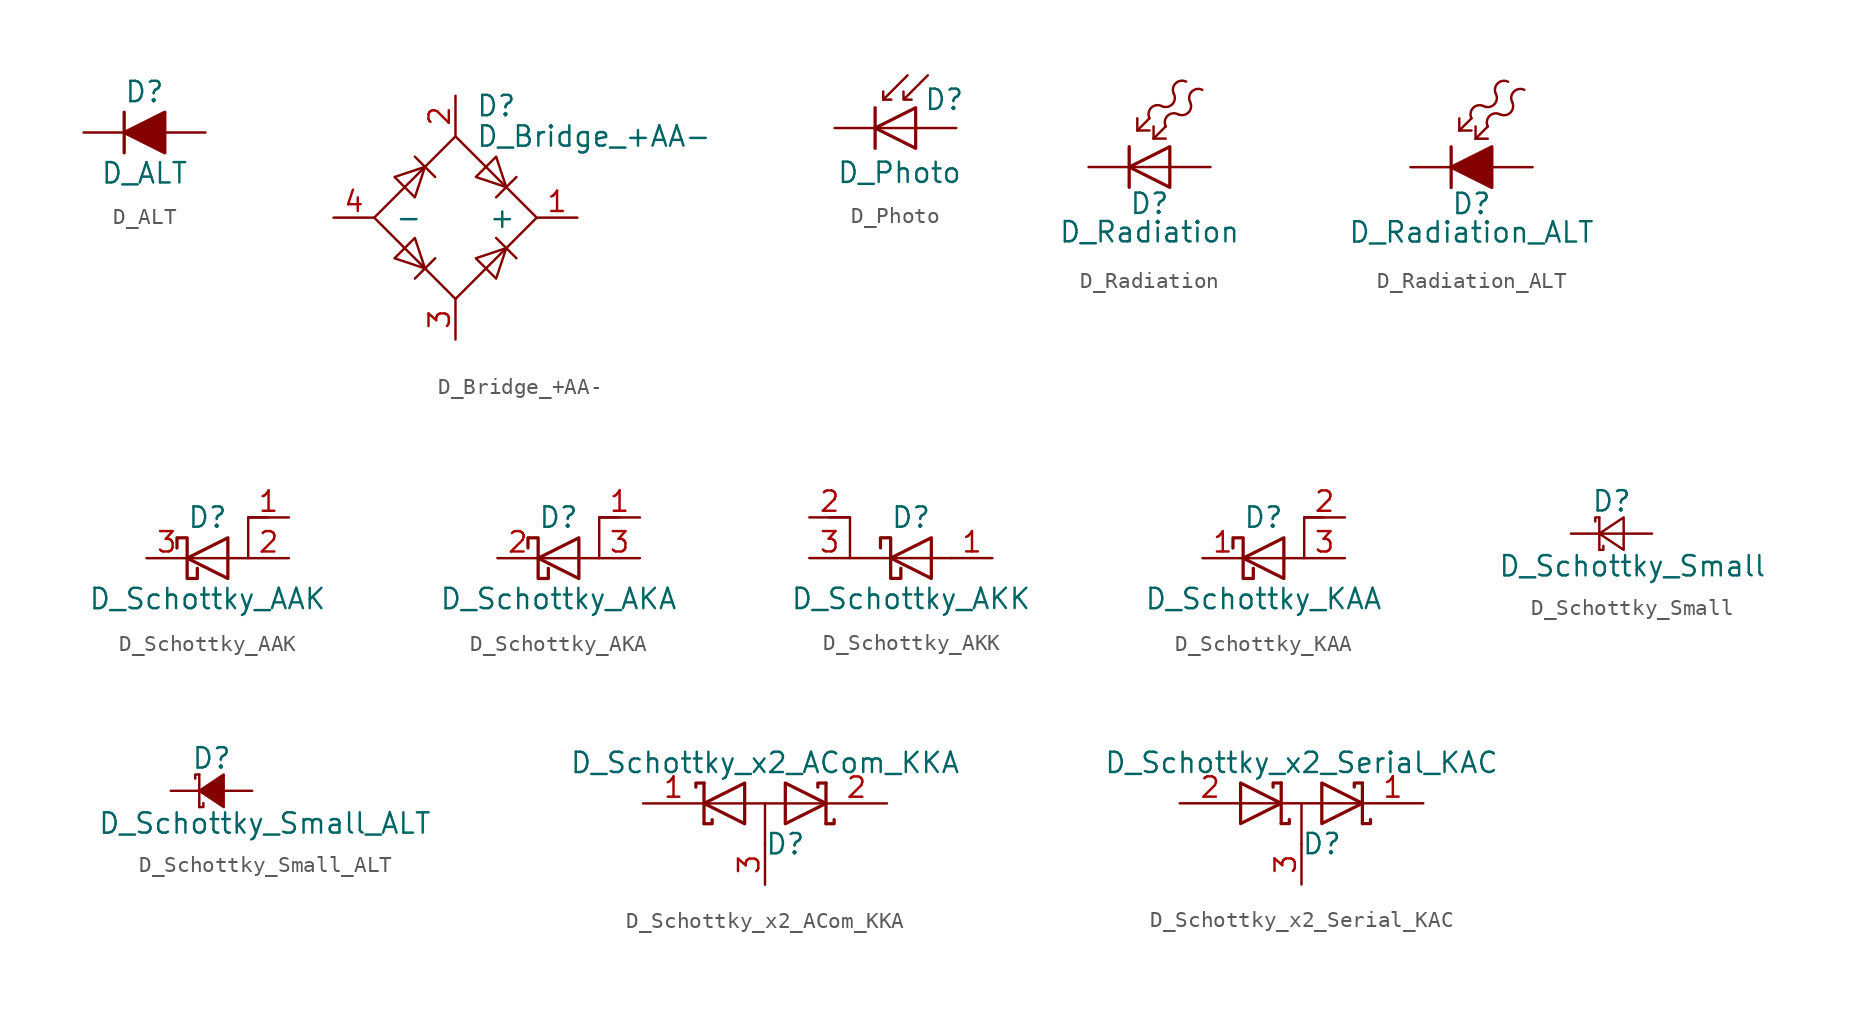
<source format=kicad_sym>
(kicad_symbol_lib
  (version 20211014)
  (generator kicad_symbol_editor)
  (symbol "D_ALT"
    (pin_numbers hide)
    (pin_names
      (offset 1.016) hide)
    (property "Reference" "D"
      (at 0 2.54 0)
      (effects (font (size 1.27 1.27))))
    (property "Value" "D_ALT"
      (at 0 -2.54 0)
      (effects (font (size 1.27 1.27))))
    (symbol "D_ALT_0_1"
      (polyline (pts (xy -1.27 1.27) (xy -1.27 -1.27)) (stroke (width 0.203) (type default) (color 0 0 0 0)) (fill (type none)))
      (polyline (pts (xy 1.27 0) (xy -1.27 0)) (stroke (width 0) (type default) (color 0 0 0 0)) (fill (type none)))
      (polyline (pts (xy 1.27 1.27) (xy 1.27 -1.27) (xy -1.27 0) (xy 1.27 1.27)) (stroke (width 0.203) (type default) (color 0 0 0 0)) (fill (type outline))))
    (symbol "D_ALT_1_1"
      (pin passive line (at -3.81 0 0) (length 2.54) (name "K" (effects (font (size 1.27 1.27)))) (number "1" (effects (font (size 1.27 1.27)))))
      (pin passive line (at 3.81 0 180) (length 2.54) (name "A" (effects (font (size 1.27 1.27)))) (number "2" (effects (font (size 1.27 1.27)))))))
  (symbol "D_Bridge_+AA-"
    (pin_names
      (offset 1.27))
    (property "Reference" "D"
      (at 1.27 6.985 0)
      (effects (font (size 1.27 1.27)) (justify left)))
    (property "Value" "D_Bridge_+AA-"
      (at 1.27 5.08 0)
      (effects (font (size 1.27 1.27)) (justify left)))
    (symbol "D_Bridge_+AA-_0_1"
      (polyline (pts (xy -2.54 3.81) (xy -1.27 2.54)) (stroke (width 0) (type default) (color 0 0 0 0)) (fill (type none)))
      (polyline (pts (xy -1.27 -2.54) (xy -2.54 -3.81)) (stroke (width 0) (type default) (color 0 0 0 0)) (fill (type none)))
      (polyline (pts (xy 2.54 -1.27) (xy 3.81 -2.54)) (stroke (width 0) (type default) (color 0 0 0 0)) (fill (type none)))
      (polyline (pts (xy 2.54 1.27) (xy 3.81 2.54)) (stroke (width 0) (type default) (color 0 0 0 0)) (fill (type none)))
      (polyline (pts (xy -3.81 2.54) (xy -2.54 1.27) (xy -1.905 3.175) (xy -3.81 2.54)) (stroke (width 0) (type default) (color 0 0 0 0)) (fill (type none)))
      (polyline (pts (xy -2.54 -1.27) (xy -3.81 -2.54) (xy -1.905 -3.175) (xy -2.54 -1.27)) (stroke (width 0) (type default) (color 0 0 0 0)) (fill (type none)))
      (polyline (pts (xy 1.27 2.54) (xy 2.54 3.81) (xy 3.175 1.905) (xy 1.27 2.54)) (stroke (width 0) (type default) (color 0 0 0 0)) (fill (type none)))
      (polyline (pts (xy 3.175 -1.905) (xy 1.27 -2.54) (xy 2.54 -3.81) (xy 3.175 -1.905)) (stroke (width 0) (type default) (color 0 0 0 0)) (fill (type none)))
      (polyline (pts (xy -5.08 0) (xy 0 -5.08) (xy 5.08 0) (xy 0 5.08) (xy -5.08 0)) (stroke (width 0) (type default) (color 0 0 0 0)) (fill (type none))))
    (symbol "D_Bridge_+AA-_1_1"
      (pin input line (at 7.62 0 180) (length 2.54) (name "+" (effects (font (size 1.27 1.27)))) (number "1" (effects (font (size 1.27 1.27)))))
      (pin input line (at 0 7.62 270) (length 2.54) (name "~" (effects (font (size 1.27 1.27)))) (number "2" (effects (font (size 1.27 1.27)))))
      (pin input line (at 0 -7.62 90) (length 2.54) (name "~" (effects (font (size 1.27 1.27)))) (number "3" (effects (font (size 1.27 1.27)))))
      (pin input line (at -7.62 0 0) (length 2.54) (name "-" (effects (font (size 1.27 1.27)))) (number "4" (effects (font (size 1.27 1.27)))))))
  (symbol "D_Photo"
    (pin_numbers hide)
    (pin_names
      (offset 1.016) hide)
    (property "Reference" "D"
      (at 0.508 1.778 0)
      (effects (font (size 1.27 1.27)) (justify left)))
    (property "Value" "D_Photo"
      (at -1.016 -2.794 0)
      (effects (font (size 1.27 1.27))))
    (symbol "D_Photo_0_1"
      (polyline (pts (xy -2.54 1.27) (xy -2.54 -1.27)) (stroke (width 0.203) (type default) (color 0 0 0 0)) (fill (type none)))
      (polyline (pts (xy -2.032 1.778) (xy -1.524 1.778)) (stroke (width 0) (type default) (color 0 0 0 0)) (fill (type none)))
      (polyline (pts (xy 0 0) (xy -2.54 0)) (stroke (width 0) (type default) (color 0 0 0 0)) (fill (type none)))
      (polyline (pts (xy -0.508 3.302) (xy -2.032 1.778) (xy -2.032 2.286)) (stroke (width 0) (type default) (color 0 0 0 0)) (fill (type none)))
      (polyline (pts (xy 0 -1.27) (xy 0 1.27) (xy -2.54 0) (xy 0 -1.27)) (stroke (width 0.203) (type default) (color 0 0 0 0)) (fill (type none)))
      (polyline (pts (xy 0.762 3.302) (xy -0.762 1.778) (xy -0.762 2.286) (xy -0.762 1.778) (xy -0.254 1.778)) (stroke (width 0) (type default) (color 0 0 0 0)) (fill (type none))))
    (symbol "D_Photo_1_1"
      (pin passive line (at -5.08 0 0) (length 2.54) (name "K" (effects (font (size 1.27 1.27)))) (number "1" (effects (font (size 1.27 1.27)))))
      (pin passive line (at 2.54 0 180) (length 2.54) (name "A" (effects (font (size 1.27 1.27)))) (number "2" (effects (font (size 1.27 1.27)))))))
  (symbol "D_Radiation"
    (pin_numbers hide)
    (pin_names
      (offset 1.016) hide)
    (property "Reference" "D"
      (at -1.27 -2.286 0)
      (effects (font (size 1.27 1.27))))
    (property "Value" "D_Radiation"
      (at -1.27 -4.064 0)
      (effects (font (size 1.27 1.27))))
    (symbol "D_Radiation_0_1"
      (arc (start -0.508 3.81) (mid -1.1636 3.7036) (end -1.27 3.048) (stroke (width 0) (type default) (color 0 0 0 0)) (fill (type none)))
      (arc (start -0.508 3.81) (mid 0.1476 3.9164) (end 0.254 4.572) (stroke (width 0) (type default) (color 0 0 0 0)) (fill (type none)))
      (polyline (pts (xy -2.54 1.27) (xy -2.54 -1.27)) (stroke (width 0.203) (type default) (color 0 0 0 0)) (fill (type none)))
      (polyline (pts (xy -2.032 2.286) (xy -1.27 2.286)) (stroke (width 0) (type default) (color 0 0 0 0)) (fill (type none)))
      (polyline (pts (xy -2.032 2.286) (xy -1.27 3.048)) (stroke (width 0) (type default) (color 0 0 0 0)) (fill (type none)))
      (polyline (pts (xy -2.032 3.048) (xy -2.032 2.286)) (stroke (width 0) (type default) (color 0 0 0 0)) (fill (type none)))
      (polyline (pts (xy -1.016 1.778) (xy -0.254 1.778)) (stroke (width 0) (type default) (color 0 0 0 0)) (fill (type none)))
      (polyline (pts (xy -1.016 1.778) (xy -0.254 2.54)) (stroke (width 0) (type default) (color 0 0 0 0)) (fill (type none)))
      (polyline (pts (xy -1.016 2.54) (xy -1.016 1.778)) (stroke (width 0) (type default) (color 0 0 0 0)) (fill (type none)))
      (polyline (pts (xy 0 0) (xy -2.54 0)) (stroke (width 0) (type default) (color 0 0 0 0)) (fill (type none)))
      (polyline (pts (xy 0 1.27) (xy 0 -1.27) (xy -2.54 0) (xy 0 1.27)) (stroke (width 0.203) (type default) (color 0 0 0 0)) (fill (type none)))
      (arc (start 0.508 3.302) (mid -0.1476 3.1956) (end -0.254 2.54) (stroke (width 0) (type default) (color 0 0 0 0)) (fill (type none)))
      (arc (start 0.508 3.302) (mid 1.1636 3.4084) (end 1.27 4.064) (stroke (width 0) (type default) (color 0 0 0 0)) (fill (type none)))
      (arc (start 1.016 5.334) (mid 0.3604 5.2276) (end 0.254 4.572) (stroke (width 0) (type default) (color 0 0 0 0)) (fill (type none)))
      (arc (start 2.032 4.826) (mid 1.3764 4.7196) (end 1.27 4.064) (stroke (width 0) (type default) (color 0 0 0 0)) (fill (type none))))
    (symbol "D_Radiation_1_1"
      (pin passive line (at -5.08 0 0) (length 2.54) (name "K" (effects (font (size 1.27 1.27)))) (number "1" (effects (font (size 1.27 1.27)))))
      (pin passive line (at 2.54 0 180) (length 2.54) (name "A" (effects (font (size 1.27 1.27)))) (number "2" (effects (font (size 1.27 1.27)))))))
  (symbol "D_Radiation_ALT"
    (pin_numbers hide)
    (pin_names
      (offset 1.016) hide)
    (property "Reference" "D"
      (at -1.27 -2.286 0)
      (effects (font (size 1.27 1.27))))
    (property "Value" "D_Radiation_ALT"
      (at -1.27 -4.064 0)
      (effects (font (size 1.27 1.27))))
    (symbol "D_Radiation_ALT_0_1"
      (arc (start -0.508 3.81) (mid -1.1636 3.7036) (end -1.27 3.048) (stroke (width 0) (type default) (color 0 0 0 0)) (fill (type none)))
      (arc (start -0.508 3.81) (mid 0.1476 3.9164) (end 0.254 4.572) (stroke (width 0) (type default) (color 0 0 0 0)) (fill (type none)))
      (polyline (pts (xy -2.54 1.27) (xy -2.54 -1.27)) (stroke (width 0.203) (type default) (color 0 0 0 0)) (fill (type none)))
      (polyline (pts (xy -2.032 2.286) (xy -1.27 2.286)) (stroke (width 0) (type default) (color 0 0 0 0)) (fill (type none)))
      (polyline (pts (xy -2.032 2.286) (xy -1.27 3.048)) (stroke (width 0) (type default) (color 0 0 0 0)) (fill (type none)))
      (polyline (pts (xy -2.032 3.048) (xy -2.032 2.286)) (stroke (width 0) (type default) (color 0 0 0 0)) (fill (type none)))
      (polyline (pts (xy -1.016 1.778) (xy -0.254 1.778)) (stroke (width 0) (type default) (color 0 0 0 0)) (fill (type none)))
      (polyline (pts (xy -1.016 1.778) (xy -0.254 2.54)) (stroke (width 0) (type default) (color 0 0 0 0)) (fill (type none)))
      (polyline (pts (xy -1.016 2.54) (xy -1.016 1.778)) (stroke (width 0) (type default) (color 0 0 0 0)) (fill (type none)))
      (polyline (pts (xy 0 0) (xy -2.54 0)) (stroke (width 0) (type default) (color 0 0 0 0)) (fill (type none)))
      (polyline (pts (xy 0 1.27) (xy 0 -1.27) (xy -2.54 0) (xy 0 1.27)) (stroke (width 0.203) (type default) (color 0 0 0 0)) (fill (type outline)))
      (arc (start 0.508 3.302) (mid -0.1476 3.1956) (end -0.254 2.54) (stroke (width 0) (type default) (color 0 0 0 0)) (fill (type none)))
      (arc (start 0.508 3.302) (mid 1.1636 3.4084) (end 1.27 4.064) (stroke (width 0) (type default) (color 0 0 0 0)) (fill (type none)))
      (arc (start 1.016 5.334) (mid 0.3604 5.2276) (end 0.254 4.572) (stroke (width 0) (type default) (color 0 0 0 0)) (fill (type none)))
      (arc (start 2.032 4.826) (mid 1.3764 4.7196) (end 1.27 4.064) (stroke (width 0) (type default) (color 0 0 0 0)) (fill (type none))))
    (symbol "D_Radiation_ALT_1_1"
      (pin passive line (at -5.08 0 0) (length 2.54) (name "K" (effects (font (size 1.27 1.27)))) (number "1" (effects (font (size 1.27 1.27)))))
      (pin passive line (at 2.54 0 180) (length 2.54) (name "A" (effects (font (size 1.27 1.27)))) (number "2" (effects (font (size 1.27 1.27)))))))
  (symbol "D_Schottky_AAK"
    (pin_names
      (offset 0) hide)
    (property "Reference" "D"
      (at 0 2.54 0)
      (effects (font (size 1.27 1.27))))
    (property "Value" "D_Schottky_AAK"
      (at 0 -2.54 0)
      (effects (font (size 1.27 1.27))))
    (symbol "D_Schottky_AAK_0_1"
      (polyline (pts (xy 1.27 1.27) (xy 1.27 -1.27) (xy -1.27 0) (xy 1.27 1.27)) (stroke (width 0.203) (type default) (color 0 0 0 0)) (fill (type none)))
      (polyline (pts (xy 3.81 2.54) (xy 2.54 2.54) (xy 2.54 0) (xy -1.27 0)) (stroke (width 0) (type default) (color 0 0 0 0)) (fill (type none)))
      (polyline (pts (xy -1.905 0.635) (xy -1.905 1.27) (xy -1.27 1.27) (xy -1.27 -1.27) (xy -0.635 -1.27) (xy -0.635 -0.635)) (stroke (width 0.203) (type default) (color 0 0 0 0)) (fill (type none))))
    (symbol "D_Schottky_AAK_1_1"
      (pin input line (at 5.08 2.54 180) (length 2.54) (name "A" (effects (font (size 1.27 1.27)))) (number "1" (effects (font (size 1.27 1.27)))))
      (pin passive line (at 5.08 0 180) (length 2.54) (name "A" (effects (font (size 1.27 1.27)))) (number "2" (effects (font (size 1.27 1.27)))))
      (pin passive line (at -3.81 0 0) (length 2.54) (name "K" (effects (font (size 1.27 1.27)))) (number "3" (effects (font (size 1.27 1.27)))))))
  (symbol "D_Schottky_AKA"
    (pin_names
      (offset 0) hide)
    (property "Reference" "D"
      (at 0 2.54 0)
      (effects (font (size 1.27 1.27))))
    (property "Value" "D_Schottky_AKA"
      (at 0 -2.54 0)
      (effects (font (size 1.27 1.27))))
    (symbol "D_Schottky_AKA_0_1"
      (polyline (pts (xy 1.27 1.27) (xy 1.27 -1.27) (xy -1.27 0) (xy 1.27 1.27)) (stroke (width 0.203) (type default) (color 0 0 0 0)) (fill (type none)))
      (polyline (pts (xy 3.81 2.54) (xy 2.54 2.54) (xy 2.54 0) (xy -1.27 0)) (stroke (width 0) (type default) (color 0 0 0 0)) (fill (type none)))
      (polyline (pts (xy -1.905 0.635) (xy -1.905 1.27) (xy -1.27 1.27) (xy -1.27 -1.27) (xy -0.635 -1.27) (xy -0.635 -0.635)) (stroke (width 0.203) (type default) (color 0 0 0 0)) (fill (type none))))
    (symbol "D_Schottky_AKA_1_1"
      (pin input line (at 5.08 2.54 180) (length 2.54) (name "A" (effects (font (size 1.27 1.27)))) (number "1" (effects (font (size 1.27 1.27)))))
      (pin passive line (at -3.81 0 0) (length 2.54) (name "K" (effects (font (size 1.27 1.27)))) (number "2" (effects (font (size 1.27 1.27)))))
      (pin passive line (at 5.08 0 180) (length 2.54) (name "A" (effects (font (size 1.27 1.27)))) (number "3" (effects (font (size 1.27 1.27)))))))
  (symbol "D_Schottky_AKK"
    (pin_names
      (offset 0) hide)
    (property "Reference" "D"
      (at 0 2.54 0)
      (effects (font (size 1.27 1.27))))
    (property "Value" "D_Schottky_AKK"
      (at 0 -2.54 0)
      (effects (font (size 1.27 1.27))))
    (symbol "D_Schottky_AKK_0_1"
      (polyline (pts (xy -5.08 2.54) (xy -3.81 2.54) (xy -3.81 0) (xy 2.54 0)) (stroke (width 0) (type default) (color 0 0 0 0)) (fill (type none)))
      (polyline (pts (xy 1.27 1.27) (xy 1.27 -1.27) (xy -1.27 0) (xy 1.27 1.27)) (stroke (width 0.203) (type default) (color 0 0 0 0)) (fill (type none)))
      (polyline (pts (xy -1.905 0.635) (xy -1.905 1.27) (xy -1.27 1.27) (xy -1.27 -1.27) (xy -0.635 -1.27) (xy -0.635 -0.635)) (stroke (width 0.203) (type default) (color 0 0 0 0)) (fill (type none))))
    (symbol "D_Schottky_AKK_1_1"
      (pin passive line (at 5.08 0 180) (length 2.54) (name "A" (effects (font (size 1.27 1.27)))) (number "1" (effects (font (size 1.27 1.27)))))
      (pin input line (at -6.35 2.54 0) (length 2.54) (name "K" (effects (font (size 1.27 1.27)))) (number "2" (effects (font (size 1.27 1.27)))))
      (pin passive line (at -6.35 0 0) (length 2.54) (name "K" (effects (font (size 1.27 1.27)))) (number "3" (effects (font (size 1.27 1.27)))))))
  (symbol "D_Schottky_KAA"
    (pin_names
      (offset 0) hide)
    (property "Reference" "D"
      (at 0 2.54 0)
      (effects (font (size 1.27 1.27))))
    (property "Value" "D_Schottky_KAA"
      (at 0 -2.54 0)
      (effects (font (size 1.27 1.27))))
    (symbol "D_Schottky_KAA_0_1"
      (polyline (pts (xy 1.27 1.27) (xy 1.27 -1.27) (xy -1.27 0) (xy 1.27 1.27)) (stroke (width 0.203) (type default) (color 0 0 0 0)) (fill (type none)))
      (polyline (pts (xy 3.81 2.54) (xy 2.54 2.54) (xy 2.54 0) (xy -1.27 0)) (stroke (width 0) (type default) (color 0 0 0 0)) (fill (type none)))
      (polyline (pts (xy -1.905 0.635) (xy -1.905 1.27) (xy -1.27 1.27) (xy -1.27 -1.27) (xy -0.635 -1.27) (xy -0.635 -0.635)) (stroke (width 0.203) (type default) (color 0 0 0 0)) (fill (type none))))
    (symbol "D_Schottky_KAA_1_1"
      (pin passive line (at -3.81 0 0) (length 2.54) (name "K" (effects (font (size 1.27 1.27)))) (number "1" (effects (font (size 1.27 1.27)))))
      (pin input line (at 5.08 2.54 180) (length 2.54) (name "A" (effects (font (size 1.27 1.27)))) (number "2" (effects (font (size 1.27 1.27)))))
      (pin passive line (at 5.08 0 180) (length 2.54) (name "A" (effects (font (size 1.27 1.27)))) (number "3" (effects (font (size 1.27 1.27)))))))
  (symbol "D_Schottky_Small"
    (pin_numbers hide)
    (pin_names
      (offset 0.254) hide)
    (property "Reference" "D"
      (at -1.27 2.032 0)
      (effects (font (size 1.27 1.27)) (justify left)))
    (property "Value" "D_Schottky_Small"
      (at -7.112 -2.032 0)
      (effects (font (size 1.27 1.27)) (justify left)))
    (symbol "D_Schottky_Small_0_1"
      (polyline (pts (xy -0.762 -1.016) (xy -0.762 1.016)) (stroke (width 0) (type default) (color 0 0 0 0)) (fill (type none)))
      (polyline (pts (xy -0.762 0) (xy 0.762 0)) (stroke (width 0) (type default) (color 0 0 0 0)) (fill (type none)))
      (polyline (pts (xy -0.762 -1.016) (xy -0.508 -1.016) (xy -0.508 -0.762)) (stroke (width 0) (type default) (color 0 0 0 0)) (fill (type none)))
      (polyline (pts (xy -0.762 1.016) (xy -1.016 1.016) (xy -1.016 0.762)) (stroke (width 0) (type default) (color 0 0 0 0)) (fill (type none)))
      (polyline (pts (xy 0.762 -1.016) (xy -0.762 0) (xy 0.762 1.016) (xy 0.762 -1.016)) (stroke (width 0) (type default) (color 0 0 0 0)) (fill (type none))))
    (symbol "D_Schottky_Small_1_1"
      (pin passive line (at -2.54 0 0) (length 1.778) (name "K" (effects (font (size 1.27 1.27)))) (number "1" (effects (font (size 1.27 1.27)))))
      (pin passive line (at 2.54 0 180) (length 1.778) (name "A" (effects (font (size 1.27 1.27)))) (number "2" (effects (font (size 1.27 1.27)))))))
  (symbol "D_Schottky_Small_ALT"
    (pin_numbers hide)
    (pin_names
      (offset 0.254) hide)
    (property "Reference" "D"
      (at -1.27 2.032 0)
      (effects (font (size 1.27 1.27)) (justify left)))
    (property "Value" "D_Schottky_Small_ALT"
      (at -7.112 -2.032 0)
      (effects (font (size 1.27 1.27)) (justify left)))
    (symbol "D_Schottky_Small_ALT_0_1"
      (polyline (pts (xy -0.762 -1.016) (xy -0.762 1.016)) (stroke (width 0) (type default) (color 0 0 0 0)) (fill (type none)))
      (polyline (pts (xy -0.762 0) (xy 0.762 0)) (stroke (width 0) (type default) (color 0 0 0 0)) (fill (type none)))
      (polyline (pts (xy -0.762 -1.016) (xy -0.508 -1.016) (xy -0.508 -0.762)) (stroke (width 0) (type default) (color 0 0 0 0)) (fill (type none)))
      (polyline (pts (xy -0.762 1.016) (xy -1.016 1.016) (xy -1.016 0.762)) (stroke (width 0) (type default) (color 0 0 0 0)) (fill (type none)))
      (polyline (pts (xy 0.762 -1.016) (xy -0.762 0) (xy 0.762 1.016) (xy 0.762 -1.016)) (stroke (width 0) (type default) (color 0 0 0 0)) (fill (type outline))))
    (symbol "D_Schottky_Small_ALT_1_1"
      (pin passive line (at -2.54 0 0) (length 1.778) (name "K" (effects (font (size 1.27 1.27)))) (number "1" (effects (font (size 1.27 1.27)))))
      (pin passive line (at 2.54 0 180) (length 1.778) (name "A" (effects (font (size 1.27 1.27)))) (number "2" (effects (font (size 1.27 1.27)))))))
  (symbol "D_Schottky_x2_ACom_KKA"
    (pin_names
      (offset 0.762) hide)
    (property "Reference" "D"
      (at 1.27 -2.54 0)
      (effects (font (size 1.27 1.27))))
    (property "Value" "D_Schottky_x2_ACom_KKA"
      (at 0 2.54 0)
      (effects (font (size 1.27 1.27))))
    (symbol "D_Schottky_x2_ACom_KKA_0_1"
      (polyline (pts (xy -3.556 0) (xy 3.81 0)) (stroke (width 0) (type default) (color 0 0 0 0)) (fill (type none)))
      (polyline (pts (xy 0 0) (xy 0 -2.54)) (stroke (width 0) (type default) (color 0 0 0 0)) (fill (type none)))
      (polyline (pts (xy -3.81 1.27) (xy -3.81 -1.27) (xy -3.81 -1.27)) (stroke (width 0.203) (type default) (color 0 0 0 0)) (fill (type none)))
      (polyline (pts (xy 3.81 1.27) (xy 3.81 -1.27) (xy 3.81 -1.27)) (stroke (width 0.203) (type default) (color 0 0 0 0)) (fill (type none)))
      (polyline (pts (xy -3.81 1.27) (xy -4.318 1.27) (xy -4.318 1.016) (xy -4.318 1.016)) (stroke (width 0.203) (type default) (color 0 0 0 0)) (fill (type none)))
      (polyline (pts (xy 3.81 -1.27) (xy 4.318 -1.27) (xy 4.318 -1.016) (xy 4.318 -1.016)) (stroke (width 0.203) (type default) (color 0 0 0 0)) (fill (type none)))
      (polyline (pts (xy 3.81 1.27) (xy 3.302 1.27) (xy 3.302 1.016) (xy 3.302 1.016)) (stroke (width 0.203) (type default) (color 0 0 0 0)) (fill (type none)))
      (polyline (pts (xy -3.302 -1.016) (xy -3.302 -1.27) (xy -3.81 -1.27) (xy -3.81 -1.27) (xy -3.81 -1.27)) (stroke (width 0.203) (type default) (color 0 0 0 0)) (fill (type none)))
      (polyline (pts (xy -1.27 -1.27) (xy -3.81 0) (xy -1.27 1.27) (xy -1.27 -1.27) (xy -1.27 -1.27) (xy -1.27 -1.27)) (stroke (width 0.203) (type default) (color 0 0 0 0)) (fill (type none)))
      (polyline (pts (xy 1.27 1.27) (xy 3.81 0) (xy 1.27 -1.27) (xy 1.27 1.27) (xy 1.27 1.27) (xy 1.27 1.27)) (stroke (width 0.203) (type default) (color 0 0 0 0)) (fill (type none)))
      (pin passive line (at -7.62 0 0) (length 3.81) (name "K" (effects (font (size 1.27 1.27)))) (number "1" (effects (font (size 1.27 1.27)))))
      (pin passive line (at 7.62 0 180) (length 3.81) (name "K" (effects (font (size 1.27 1.27)))) (number "2" (effects (font (size 1.27 1.27)))))
      (pin passive line (at 0 -5.08 90) (length 2.54) (name "A" (effects (font (size 1.27 1.27)))) (number "3" (effects (font (size 1.27 1.27)))))))
  (symbol "D_Schottky_x2_Serial_KAC"
    (pin_names
      (offset 0.762) hide)
    (property "Reference" "D"
      (at 1.27 -2.54 0)
      (effects (font (size 1.27 1.27))))
    (property "Value" "D_Schottky_x2_Serial_KAC"
      (at 0 2.54 0)
      (effects (font (size 1.27 1.27))))
    (symbol "D_Schottky_x2_Serial_KAC_0_1"
      (polyline (pts (xy -3.81 0) (xy 3.81 0)) (stroke (width 0) (type default) (color 0 0 0 0)) (fill (type none)))
      (polyline (pts (xy 0 0) (xy 0 -2.54)) (stroke (width 0) (type default) (color 0 0 0 0)) (fill (type none)))
      (polyline (pts (xy -1.27 -1.27) (xy -1.27 1.27) (xy -1.27 1.27)) (stroke (width 0.203) (type default) (color 0 0 0 0)) (fill (type none)))
      (polyline (pts (xy 3.81 1.27) (xy 3.81 -1.27) (xy 3.81 -1.27)) (stroke (width 0.203) (type default) (color 0 0 0 0)) (fill (type none)))
      (polyline (pts (xy -1.27 -1.27) (xy -0.762 -1.27) (xy -0.762 -1.016) (xy -0.762 -1.016)) (stroke (width 0.203) (type default) (color 0 0 0 0)) (fill (type none)))
      (polyline (pts (xy 3.81 -1.27) (xy 4.318 -1.27) (xy 4.318 -1.016) (xy 4.318 -1.016)) (stroke (width 0.203) (type default) (color 0 0 0 0)) (fill (type none)))
      (polyline (pts (xy 3.81 1.27) (xy 3.302 1.27) (xy 3.302 1.016) (xy 3.302 1.016)) (stroke (width 0.203) (type default) (color 0 0 0 0)) (fill (type none)))
      (polyline (pts (xy -1.778 1.016) (xy -1.778 1.27) (xy -1.27 1.27) (xy -1.27 1.27) (xy -1.27 1.27)) (stroke (width 0.203) (type default) (color 0 0 0 0)) (fill (type none)))
      (polyline (pts (xy -3.81 1.27) (xy -1.27 0) (xy -3.81 -1.27) (xy -3.81 1.27) (xy -3.81 1.27) (xy -3.81 1.27)) (stroke (width 0.203) (type default) (color 0 0 0 0)) (fill (type none)))
      (polyline (pts (xy 1.27 1.27) (xy 3.81 0) (xy 1.27 -1.27) (xy 1.27 1.27) (xy 1.27 1.27) (xy 1.27 1.27)) (stroke (width 0.203) (type default) (color 0 0 0 0)) (fill (type none)))
      (pin passive line (at 7.62 0 180) (length 3.81) (name "K" (effects (font (size 1.27 1.27)))) (number "1" (effects (font (size 1.27 1.27)))))
      (pin passive line (at -7.62 0 0) (length 3.81) (name "A" (effects (font (size 1.27 1.27)))) (number "2" (effects (font (size 1.27 1.27)))))
      (pin passive line (at 0 -5.08 90) (length 2.54) (name "common" (effects (font (size 1.27 1.27)))) (number "3" (effects (font (size 1.27 1.27))))))))
</source>
